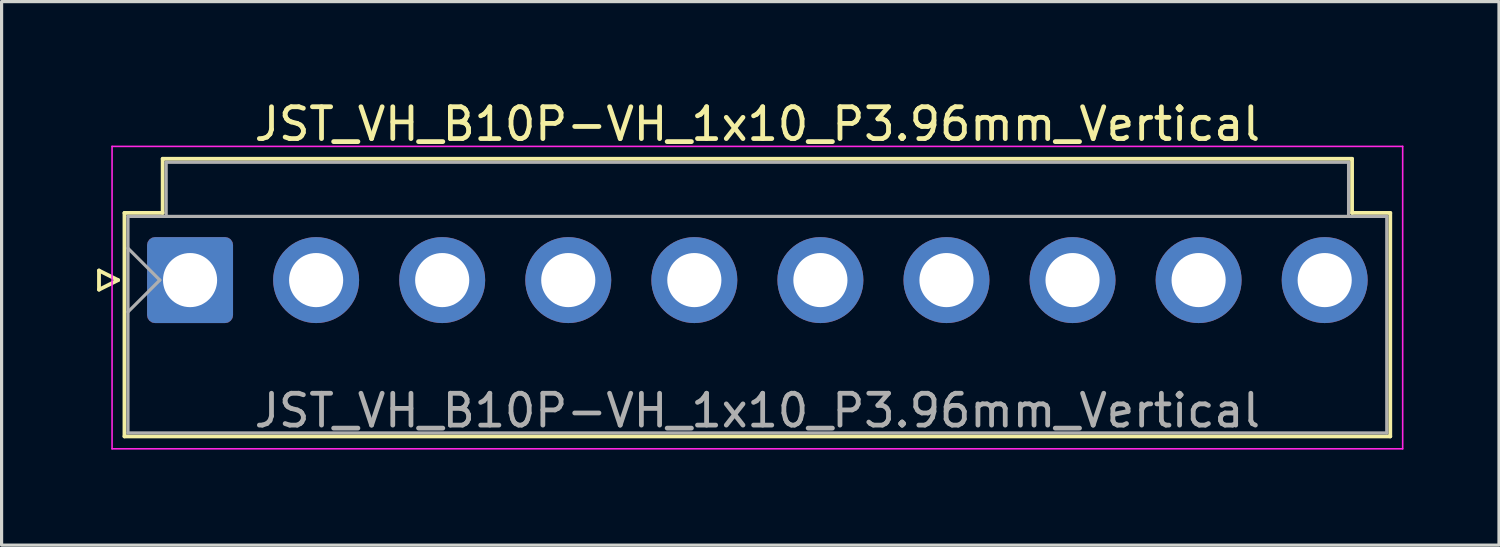
<source format=kicad_pcb>
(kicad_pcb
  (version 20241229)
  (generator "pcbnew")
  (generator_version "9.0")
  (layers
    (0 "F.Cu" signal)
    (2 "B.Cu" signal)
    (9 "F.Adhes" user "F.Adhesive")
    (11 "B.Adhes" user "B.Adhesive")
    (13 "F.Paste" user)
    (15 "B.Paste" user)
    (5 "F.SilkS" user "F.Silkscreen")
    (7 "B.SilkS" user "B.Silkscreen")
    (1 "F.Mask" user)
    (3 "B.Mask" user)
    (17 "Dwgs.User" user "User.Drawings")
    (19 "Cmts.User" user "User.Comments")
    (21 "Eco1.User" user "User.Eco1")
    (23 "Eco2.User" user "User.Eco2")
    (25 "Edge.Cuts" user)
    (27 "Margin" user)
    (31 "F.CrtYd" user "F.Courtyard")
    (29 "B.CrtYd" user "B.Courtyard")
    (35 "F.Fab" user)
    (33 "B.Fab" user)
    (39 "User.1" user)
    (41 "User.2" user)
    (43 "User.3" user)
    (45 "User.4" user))
  (footprint "JST_VH_B10P-VH_1x10_P3.96mm_Vertical"
    (layer "F.Cu")
    (at 2.92 5.748)
    (property "Reference" "JST_VH_B10P-VH_1x10_P3.96mm_Vertical" (at 17.82 -4.9 0) (layer "F.SilkS") (effects (font (size 1 1) (thickness 0.15))))
    (attr through_hole)
    (fp_line (start -2.86 -0.3) (end -2.26 0) (stroke (width 0.12) (type solid)) (layer "F.SilkS"))
    (fp_line (start -2.86 0.3) (end -2.86 -0.3) (stroke (width 0.12) (type solid)) (layer "F.SilkS"))
    (fp_line (start -2.26 0) (end -2.86 0.3) (stroke (width 0.12) (type solid)) (layer "F.SilkS"))
    (fp_line (start -2.06 -2.11) (end -0.86 -2.11) (stroke (width 0.12) (type solid)) (layer "F.SilkS"))
    (fp_line (start -2.06 4.91) (end -2.06 -2.11) (stroke (width 0.12) (type solid)) (layer "F.SilkS"))
    (fp_line (start -0.86 -3.81) (end 36.5 -3.81) (stroke (width 0.12) (type solid)) (layer "F.SilkS"))
    (fp_line (start -0.86 -2.11) (end -0.86 -3.81) (stroke (width 0.12) (type solid)) (layer "F.SilkS"))
    (fp_line (start 36.5 -3.81) (end 36.5 -2.11) (stroke (width 0.12) (type solid)) (layer "F.SilkS"))
    (fp_line (start 36.5 -2.11) (end 37.7 -2.11) (stroke (width 0.12) (type solid)) (layer "F.SilkS"))
    (fp_line (start 37.7 -2.11) (end 37.7 4.91) (stroke (width 0.12) (type solid)) (layer "F.SilkS"))
    (fp_line (start 37.7 4.91) (end -2.06 4.91) (stroke (width 0.12) (type solid)) (layer "F.SilkS"))
    (fp_line (start -2.45 -4.2) (end -2.45 5.3) (stroke (width 0.05) (type solid)) (layer "F.CrtYd"))
    (fp_line (start -2.45 5.3) (end 38.09 5.3) (stroke (width 0.05) (type solid)) (layer "F.CrtYd"))
    (fp_line (start 38.09 -4.2) (end -2.45 -4.2) (stroke (width 0.05) (type solid)) (layer "F.CrtYd"))
    (fp_line (start 38.09 5.3) (end 38.09 -4.2) (stroke (width 0.05) (type solid)) (layer "F.CrtYd"))
    (fp_line (start -1.95 -2) (end -1.95 4.8) (stroke (width 0.1) (type solid)) (layer "F.Fab"))
    (fp_line (start -1.95 -1) (end -0.95 0) (stroke (width 0.1) (type solid)) (layer "F.Fab"))
    (fp_line (start -1.95 1) (end -0.95 0) (stroke (width 0.1) (type solid)) (layer "F.Fab"))
    (fp_line (start -1.95 4.8) (end 37.59 4.8) (stroke (width 0.1) (type solid)) (layer "F.Fab"))
    (fp_line (start -0.75 -3.7) (end 36.39 -3.7) (stroke (width 0.1) (type solid)) (layer "F.Fab"))
    (fp_line (start -0.75 -2) (end -0.75 -3.7) (stroke (width 0.1) (type solid)) (layer "F.Fab"))
    (fp_line (start 36.39 -3.7) (end 36.39 -2) (stroke (width 0.1) (type solid)) (layer "F.Fab"))
    (fp_line (start 37.59 -2) (end -1.95 -2) (stroke (width 0.1) (type solid)) (layer "F.Fab"))
    (fp_line (start 37.59 4.8) (end 37.59 -2) (stroke (width 0.1) (type solid)) (layer "F.Fab"))
    (fp_text user "${REFERENCE}" (at 17.82 4.1 0) (layer "F.Fab") (effects (font (size 1 1) (thickness 0.15))))
    (pad "1" thru_hole roundrect (at 0 0) (size 2.7 2.7) (drill 1.7) (layers "*.Cu" "*.Mask") (roundrect_rratio 0.093))
    (pad "2" thru_hole circle (at 3.96 0) (size 2.7 2.7) (drill 1.7) (layers "*.Cu" "*.Mask"))
    (pad "3" thru_hole circle (at 7.92 0) (size 2.7 2.7) (drill 1.7) (layers "*.Cu" "*.Mask"))
    (pad "4" thru_hole circle (at 11.88 0) (size 2.7 2.7) (drill 1.7) (layers "*.Cu" "*.Mask"))
    (pad "5" thru_hole circle (at 15.84 0) (size 2.7 2.7) (drill 1.7) (layers "*.Cu" "*.Mask"))
    (pad "6" thru_hole circle (at 19.8 0) (size 2.7 2.7) (drill 1.7) (layers "*.Cu" "*.Mask"))
    (pad "7" thru_hole circle (at 23.76 0) (size 2.7 2.7) (drill 1.7) (layers "*.Cu" "*.Mask"))
    (pad "8" thru_hole circle (at 27.72 0) (size 2.7 2.7) (drill 1.7) (layers "*.Cu" "*.Mask"))
    (pad "9" thru_hole circle (at 31.68 0) (size 2.7 2.7) (drill 1.7) (layers "*.Cu" "*.Mask"))
    (pad "10" thru_hole circle (at 35.64 0) (size 2.7 2.7) (drill 1.7) (layers "*.Cu" "*.Mask")))
  (gr_rect
    (start -3 -3)
    (end 44.035 14.073)
    (stroke (width 0.1) (type default))
    (fill no)
    (layer "Edge.Cuts")))
</source>
